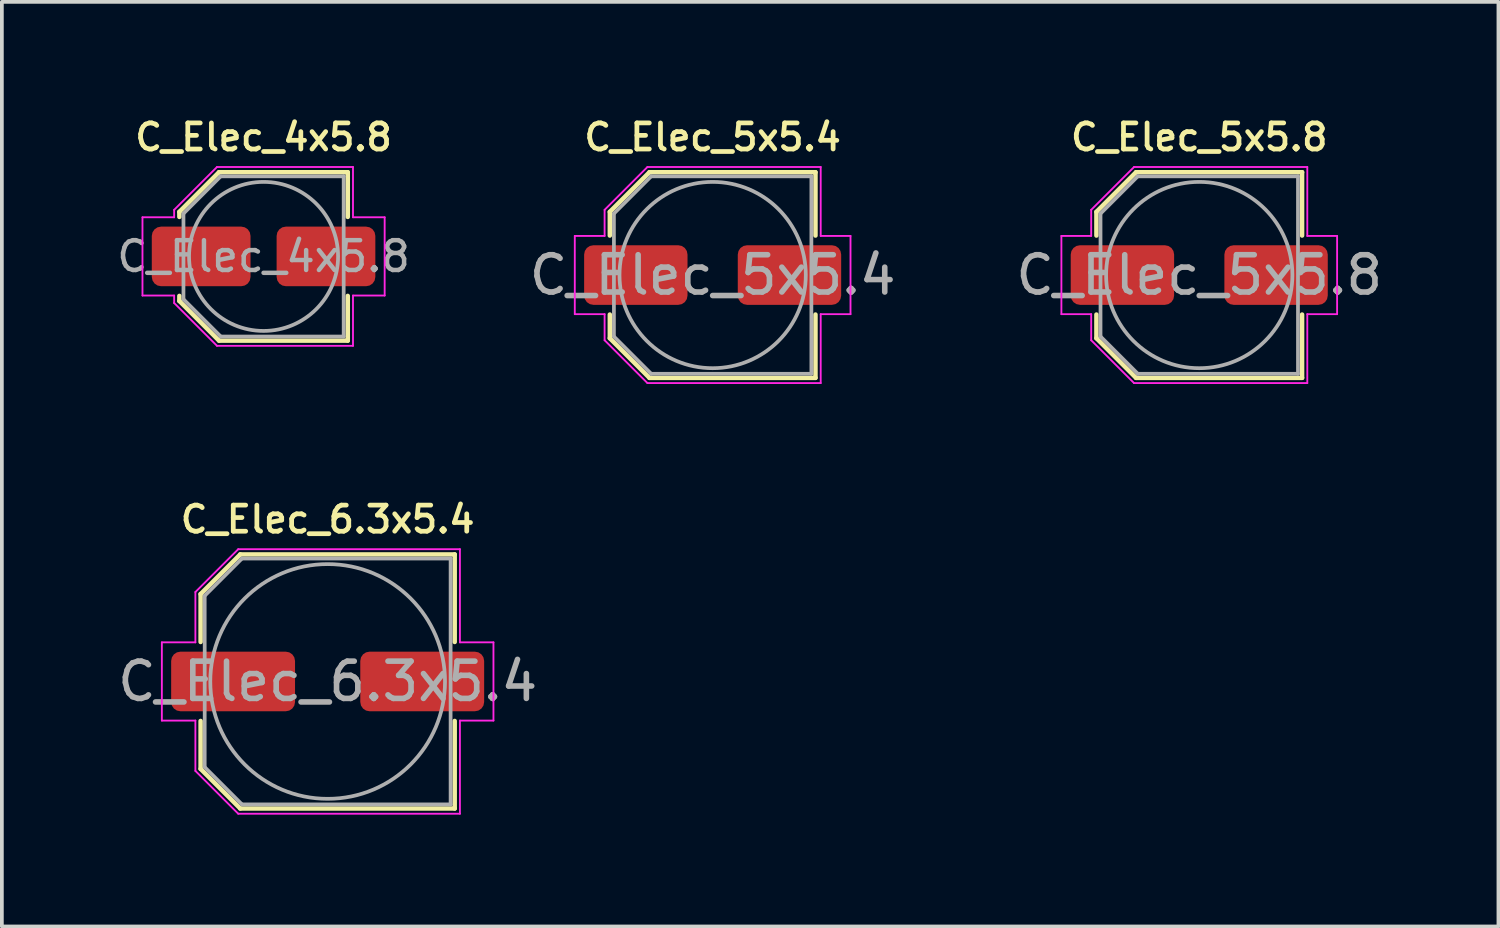
<source format=kicad_pcb>
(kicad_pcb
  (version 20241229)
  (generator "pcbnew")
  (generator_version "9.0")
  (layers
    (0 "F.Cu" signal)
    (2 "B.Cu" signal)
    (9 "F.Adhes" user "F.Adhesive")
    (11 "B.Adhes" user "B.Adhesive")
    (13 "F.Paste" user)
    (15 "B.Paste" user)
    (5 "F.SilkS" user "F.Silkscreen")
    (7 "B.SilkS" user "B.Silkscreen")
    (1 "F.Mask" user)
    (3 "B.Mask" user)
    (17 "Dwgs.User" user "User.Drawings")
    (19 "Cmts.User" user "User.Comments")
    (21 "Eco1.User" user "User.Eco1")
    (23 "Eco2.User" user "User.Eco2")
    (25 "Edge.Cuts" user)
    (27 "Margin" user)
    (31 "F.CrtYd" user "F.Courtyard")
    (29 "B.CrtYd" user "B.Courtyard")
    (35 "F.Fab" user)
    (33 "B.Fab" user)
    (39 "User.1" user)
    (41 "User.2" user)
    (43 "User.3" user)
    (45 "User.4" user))
  (footprint "C_Elec_5x5.8"
    (layer "F.Cu")
    (at 29.137 4.332)
    (property "Reference" "C_Elec_5x5.8" (at 0 -3.7 0) (layer "F.SilkS") (effects (font (size 0.7 0.7) (thickness 0.127))))
    (attr smd)
    (fp_line (start -2.76 -1.696) (end -2.76 -1.06) (stroke (width 0.12) (type solid)) (layer "F.SilkS"))
    (fp_line (start -2.76 -1.696) (end -1.696 -2.76) (stroke (width 0.12) (type solid)) (layer "F.SilkS"))
    (fp_line (start -2.76 1.696) (end -2.76 1.06) (stroke (width 0.12) (type solid)) (layer "F.SilkS"))
    (fp_line (start -2.76 1.696) (end -1.696 2.76) (stroke (width 0.12) (type solid)) (layer "F.SilkS"))
    (fp_line (start -1.696 -2.76) (end 2.76 -2.76) (stroke (width 0.12) (type solid)) (layer "F.SilkS"))
    (fp_line (start -1.696 2.76) (end 2.76 2.76) (stroke (width 0.12) (type solid)) (layer "F.SilkS"))
    (fp_line (start 2.76 -2.76) (end 2.76 -1.06) (stroke (width 0.12) (type solid)) (layer "F.SilkS"))
    (fp_line (start 2.76 2.76) (end 2.76 1.06) (stroke (width 0.12) (type solid)) (layer "F.SilkS"))
    (fp_line (start -3.7 -1.05) (end -3.7 1.05) (stroke (width 0.05) (type solid)) (layer "F.CrtYd"))
    (fp_line (start -3.7 1.05) (end -2.9 1.05) (stroke (width 0.05) (type solid)) (layer "F.CrtYd"))
    (fp_line (start -2.9 -1.75) (end -2.9 -1.05) (stroke (width 0.05) (type solid)) (layer "F.CrtYd"))
    (fp_line (start -2.9 -1.75) (end -1.75 -2.9) (stroke (width 0.05) (type solid)) (layer "F.CrtYd"))
    (fp_line (start -2.9 -1.05) (end -3.7 -1.05) (stroke (width 0.05) (type solid)) (layer "F.CrtYd"))
    (fp_line (start -2.9 1.05) (end -2.9 1.75) (stroke (width 0.05) (type solid)) (layer "F.CrtYd"))
    (fp_line (start -2.9 1.75) (end -1.75 2.9) (stroke (width 0.05) (type solid)) (layer "F.CrtYd"))
    (fp_line (start -1.75 -2.9) (end 2.9 -2.9) (stroke (width 0.05) (type solid)) (layer "F.CrtYd"))
    (fp_line (start -1.75 2.9) (end 2.9 2.9) (stroke (width 0.05) (type solid)) (layer "F.CrtYd"))
    (fp_line (start 2.9 -2.9) (end 2.9 -1.05) (stroke (width 0.05) (type solid)) (layer "F.CrtYd"))
    (fp_line (start 2.9 -1.05) (end 3.7 -1.05) (stroke (width 0.05) (type solid)) (layer "F.CrtYd"))
    (fp_line (start 2.9 1.05) (end 2.9 2.9) (stroke (width 0.05) (type solid)) (layer "F.CrtYd"))
    (fp_line (start 3.7 -1.05) (end 3.7 1.05) (stroke (width 0.05) (type solid)) (layer "F.CrtYd"))
    (fp_line (start 3.7 1.05) (end 2.9 1.05) (stroke (width 0.05) (type solid)) (layer "F.CrtYd"))
    (fp_line (start -2.65 -1.65) (end -2.65 1.65) (stroke (width 0.1) (type solid)) (layer "F.Fab"))
    (fp_line (start -2.65 -1.65) (end -1.65 -2.65) (stroke (width 0.1) (type solid)) (layer "F.Fab"))
    (fp_line (start -2.65 1.65) (end -1.65 2.65) (stroke (width 0.1) (type solid)) (layer "F.Fab"))
    (fp_line (start -1.65 -2.65) (end 2.65 -2.65) (stroke (width 0.1) (type solid)) (layer "F.Fab"))
    (fp_line (start -1.65 2.65) (end 2.65 2.65) (stroke (width 0.1) (type solid)) (layer "F.Fab"))
    (fp_line (start 2.65 -2.65) (end 2.65 2.65) (stroke (width 0.1) (type solid)) (layer "F.Fab"))
    (fp_circle (center 0 0) (end 2.5 0) (stroke (width 0.1) (type solid)) (fill no) (layer "F.Fab"))
    (fp_text user "${REFERENCE}" (at 0 0 0) (layer "F.Fab") (effects (font (size 1 1) (thickness 0.15))))
    (pad "1" smd roundrect (at -2.062 0) (size 2.775 1.6) (layers "F.Cu" "F.Mask" "F.Paste") (roundrect_rratio 0.156))
    (pad "2" smd roundrect (at 2.062 0) (size 2.775 1.6) (layers "F.Cu" "F.Mask" "F.Paste") (roundrect_rratio 0.156)))
  (footprint "C_Elec_5x5.4"
    (layer "F.Cu")
    (at 16.077 4.332)
    (property "Reference" "C_Elec_5x5.4" (at 0 -3.7 0) (layer "F.SilkS") (effects (font (size 0.7 0.7) (thickness 0.127))))
    (attr smd)
    (fp_line (start -2.76 -1.696) (end -2.76 -1.06) (stroke (width 0.12) (type solid)) (layer "F.SilkS"))
    (fp_line (start -2.76 -1.696) (end -1.696 -2.76) (stroke (width 0.12) (type solid)) (layer "F.SilkS"))
    (fp_line (start -2.76 1.696) (end -2.76 1.06) (stroke (width 0.12) (type solid)) (layer "F.SilkS"))
    (fp_line (start -2.76 1.696) (end -1.696 2.76) (stroke (width 0.12) (type solid)) (layer "F.SilkS"))
    (fp_line (start -1.696 -2.76) (end 2.76 -2.76) (stroke (width 0.12) (type solid)) (layer "F.SilkS"))
    (fp_line (start -1.696 2.76) (end 2.76 2.76) (stroke (width 0.12) (type solid)) (layer "F.SilkS"))
    (fp_line (start 2.76 -2.76) (end 2.76 -1.06) (stroke (width 0.12) (type solid)) (layer "F.SilkS"))
    (fp_line (start 2.76 2.76) (end 2.76 1.06) (stroke (width 0.12) (type solid)) (layer "F.SilkS"))
    (fp_line (start -3.7 -1.05) (end -3.7 1.05) (stroke (width 0.05) (type solid)) (layer "F.CrtYd"))
    (fp_line (start -3.7 1.05) (end -2.9 1.05) (stroke (width 0.05) (type solid)) (layer "F.CrtYd"))
    (fp_line (start -2.9 -1.75) (end -2.9 -1.05) (stroke (width 0.05) (type solid)) (layer "F.CrtYd"))
    (fp_line (start -2.9 -1.75) (end -1.75 -2.9) (stroke (width 0.05) (type solid)) (layer "F.CrtYd"))
    (fp_line (start -2.9 -1.05) (end -3.7 -1.05) (stroke (width 0.05) (type solid)) (layer "F.CrtYd"))
    (fp_line (start -2.9 1.05) (end -2.9 1.75) (stroke (width 0.05) (type solid)) (layer "F.CrtYd"))
    (fp_line (start -2.9 1.75) (end -1.75 2.9) (stroke (width 0.05) (type solid)) (layer "F.CrtYd"))
    (fp_line (start -1.75 -2.9) (end 2.9 -2.9) (stroke (width 0.05) (type solid)) (layer "F.CrtYd"))
    (fp_line (start -1.75 2.9) (end 2.9 2.9) (stroke (width 0.05) (type solid)) (layer "F.CrtYd"))
    (fp_line (start 2.9 -2.9) (end 2.9 -1.05) (stroke (width 0.05) (type solid)) (layer "F.CrtYd"))
    (fp_line (start 2.9 -1.05) (end 3.7 -1.05) (stroke (width 0.05) (type solid)) (layer "F.CrtYd"))
    (fp_line (start 2.9 1.05) (end 2.9 2.9) (stroke (width 0.05) (type solid)) (layer "F.CrtYd"))
    (fp_line (start 3.7 -1.05) (end 3.7 1.05) (stroke (width 0.05) (type solid)) (layer "F.CrtYd"))
    (fp_line (start 3.7 1.05) (end 2.9 1.05) (stroke (width 0.05) (type solid)) (layer "F.CrtYd"))
    (fp_line (start -2.65 -1.65) (end -2.65 1.65) (stroke (width 0.1) (type solid)) (layer "F.Fab"))
    (fp_line (start -2.65 -1.65) (end -1.65 -2.65) (stroke (width 0.1) (type solid)) (layer "F.Fab"))
    (fp_line (start -2.65 1.65) (end -1.65 2.65) (stroke (width 0.1) (type solid)) (layer "F.Fab"))
    (fp_line (start -1.65 -2.65) (end 2.65 -2.65) (stroke (width 0.1) (type solid)) (layer "F.Fab"))
    (fp_line (start -1.65 2.65) (end 2.65 2.65) (stroke (width 0.1) (type solid)) (layer "F.Fab"))
    (fp_line (start 2.65 -2.65) (end 2.65 2.65) (stroke (width 0.1) (type solid)) (layer "F.Fab"))
    (fp_circle (center 0 0) (end 2.5 0) (stroke (width 0.1) (type solid)) (fill no) (layer "F.Fab"))
    (fp_text user "${REFERENCE}" (at 0 0 0) (layer "F.Fab") (effects (font (size 1 1) (thickness 0.15))))
    (pad "1" smd roundrect (at -2.062 0) (size 2.775 1.6) (layers "F.Cu" "F.Mask" "F.Paste") (roundrect_rratio 0.156))
    (pad "2" smd roundrect (at 2.062 0) (size 2.775 1.6) (layers "F.Cu" "F.Mask" "F.Paste") (roundrect_rratio 0.156)))
  (footprint "C_Elec_4x5.8"
    (layer "F.Cu")
    (at 4.024 3.832)
    (property "Reference" "C_Elec_4x5.8" (at 0 -3.2 0) (layer "F.SilkS") (effects (font (size 0.7 0.7) (thickness 0.127))))
    (attr smd)
    (fp_line (start -2.26 -1.196) (end -2.26 -1.06) (stroke (width 0.12) (type solid)) (layer "F.SilkS"))
    (fp_line (start -2.26 -1.196) (end -1.196 -2.26) (stroke (width 0.12) (type solid)) (layer "F.SilkS"))
    (fp_line (start -2.26 1.196) (end -2.26 1.06) (stroke (width 0.12) (type solid)) (layer "F.SilkS"))
    (fp_line (start -2.26 1.196) (end -1.196 2.26) (stroke (width 0.12) (type solid)) (layer "F.SilkS"))
    (fp_line (start -1.196 -2.26) (end 2.26 -2.26) (stroke (width 0.12) (type solid)) (layer "F.SilkS"))
    (fp_line (start -1.196 2.26) (end 2.26 2.26) (stroke (width 0.12) (type solid)) (layer "F.SilkS"))
    (fp_line (start 2.26 -2.26) (end 2.26 -1.06) (stroke (width 0.12) (type solid)) (layer "F.SilkS"))
    (fp_line (start 2.26 2.26) (end 2.26 1.06) (stroke (width 0.12) (type solid)) (layer "F.SilkS"))
    (fp_line (start -3.25 -1.05) (end -3.25 1.05) (stroke (width 0.05) (type solid)) (layer "F.CrtYd"))
    (fp_line (start -3.25 1.05) (end -2.4 1.05) (stroke (width 0.05) (type solid)) (layer "F.CrtYd"))
    (fp_line (start -2.4 -1.25) (end -2.4 -1.05) (stroke (width 0.05) (type solid)) (layer "F.CrtYd"))
    (fp_line (start -2.4 -1.25) (end -1.25 -2.4) (stroke (width 0.05) (type solid)) (layer "F.CrtYd"))
    (fp_line (start -2.4 -1.05) (end -3.25 -1.05) (stroke (width 0.05) (type solid)) (layer "F.CrtYd"))
    (fp_line (start -2.4 1.05) (end -2.4 1.25) (stroke (width 0.05) (type solid)) (layer "F.CrtYd"))
    (fp_line (start -2.4 1.25) (end -1.25 2.4) (stroke (width 0.05) (type solid)) (layer "F.CrtYd"))
    (fp_line (start -1.25 -2.4) (end 2.4 -2.4) (stroke (width 0.05) (type solid)) (layer "F.CrtYd"))
    (fp_line (start -1.25 2.4) (end 2.4 2.4) (stroke (width 0.05) (type solid)) (layer "F.CrtYd"))
    (fp_line (start 2.4 -2.4) (end 2.4 -1.05) (stroke (width 0.05) (type solid)) (layer "F.CrtYd"))
    (fp_line (start 2.4 -1.05) (end 3.25 -1.05) (stroke (width 0.05) (type solid)) (layer "F.CrtYd"))
    (fp_line (start 2.4 1.05) (end 2.4 2.4) (stroke (width 0.05) (type solid)) (layer "F.CrtYd"))
    (fp_line (start 3.25 -1.05) (end 3.25 1.05) (stroke (width 0.05) (type solid)) (layer "F.CrtYd"))
    (fp_line (start 3.25 1.05) (end 2.4 1.05) (stroke (width 0.05) (type solid)) (layer "F.CrtYd"))
    (fp_line (start -2.15 -1.15) (end -2.15 1.15) (stroke (width 0.1) (type solid)) (layer "F.Fab"))
    (fp_line (start -2.15 -1.15) (end -1.15 -2.15) (stroke (width 0.1) (type solid)) (layer "F.Fab"))
    (fp_line (start -2.15 1.15) (end -1.15 2.15) (stroke (width 0.1) (type solid)) (layer "F.Fab"))
    (fp_line (start -1.15 -2.15) (end 2.15 -2.15) (stroke (width 0.1) (type solid)) (layer "F.Fab"))
    (fp_line (start -1.15 2.15) (end 2.15 2.15) (stroke (width 0.1) (type solid)) (layer "F.Fab"))
    (fp_line (start 2.15 -2.15) (end 2.15 2.15) (stroke (width 0.1) (type solid)) (layer "F.Fab"))
    (fp_circle (center 0 0) (end 2 0) (stroke (width 0.1) (type solid)) (fill no) (layer "F.Fab"))
    (fp_text user "${REFERENCE}" (at 0 0 0) (layer "F.Fab") (effects (font (size 0.8 0.8) (thickness 0.12))))
    (pad "1" smd roundrect (at -1.675 0) (size 2.65 1.6) (layers "F.Cu" "F.Mask" "F.Paste") (roundrect_rratio 0.156))
    (pad "2" smd roundrect (at 1.675 0) (size 2.65 1.6) (layers "F.Cu" "F.Mask" "F.Paste") (roundrect_rratio 0.156)))
  (footprint "C_Elec_6.3x5.4"
    (layer "F.Cu")
    (at 5.744 15.24)
    (property "Reference" "C_Elec_6.3x5.4" (at 0 -4.35 0) (layer "F.SilkS") (effects (font (size 0.7 0.7) (thickness 0.127))))
    (attr smd)
    (fp_line (start -3.41 -2.346) (end -3.41 -1.06) (stroke (width 0.12) (type solid)) (layer "F.SilkS"))
    (fp_line (start -3.41 -2.346) (end -2.346 -3.41) (stroke (width 0.12) (type solid)) (layer "F.SilkS"))
    (fp_line (start -3.41 2.346) (end -3.41 1.06) (stroke (width 0.12) (type solid)) (layer "F.SilkS"))
    (fp_line (start -3.41 2.346) (end -2.346 3.41) (stroke (width 0.12) (type solid)) (layer "F.SilkS"))
    (fp_line (start -2.346 -3.41) (end 3.41 -3.41) (stroke (width 0.12) (type solid)) (layer "F.SilkS"))
    (fp_line (start -2.346 3.41) (end 3.41 3.41) (stroke (width 0.12) (type solid)) (layer "F.SilkS"))
    (fp_line (start 3.41 -3.41) (end 3.41 -1.06) (stroke (width 0.12) (type solid)) (layer "F.SilkS"))
    (fp_line (start 3.41 3.41) (end 3.41 1.06) (stroke (width 0.12) (type solid)) (layer "F.SilkS"))
    (fp_line (start -4.45 -1.05) (end -4.45 1.05) (stroke (width 0.05) (type solid)) (layer "F.CrtYd"))
    (fp_line (start -4.45 1.05) (end -3.55 1.05) (stroke (width 0.05) (type solid)) (layer "F.CrtYd"))
    (fp_line (start -3.55 -2.4) (end -3.55 -1.05) (stroke (width 0.05) (type solid)) (layer "F.CrtYd"))
    (fp_line (start -3.55 -2.4) (end -2.4 -3.55) (stroke (width 0.05) (type solid)) (layer "F.CrtYd"))
    (fp_line (start -3.55 -1.05) (end -4.45 -1.05) (stroke (width 0.05) (type solid)) (layer "F.CrtYd"))
    (fp_line (start -3.55 1.05) (end -3.55 2.4) (stroke (width 0.05) (type solid)) (layer "F.CrtYd"))
    (fp_line (start -3.55 2.4) (end -2.4 3.55) (stroke (width 0.05) (type solid)) (layer "F.CrtYd"))
    (fp_line (start -2.4 -3.55) (end 3.55 -3.55) (stroke (width 0.05) (type solid)) (layer "F.CrtYd"))
    (fp_line (start -2.4 3.55) (end 3.55 3.55) (stroke (width 0.05) (type solid)) (layer "F.CrtYd"))
    (fp_line (start 3.55 -3.55) (end 3.55 -1.05) (stroke (width 0.05) (type solid)) (layer "F.CrtYd"))
    (fp_line (start 3.55 -1.05) (end 4.45 -1.05) (stroke (width 0.05) (type solid)) (layer "F.CrtYd"))
    (fp_line (start 3.55 1.05) (end 3.55 3.55) (stroke (width 0.05) (type solid)) (layer "F.CrtYd"))
    (fp_line (start 4.45 -1.05) (end 4.45 1.05) (stroke (width 0.05) (type solid)) (layer "F.CrtYd"))
    (fp_line (start 4.45 1.05) (end 3.55 1.05) (stroke (width 0.05) (type solid)) (layer "F.CrtYd"))
    (fp_line (start -3.3 -2.3) (end -3.3 2.3) (stroke (width 0.1) (type solid)) (layer "F.Fab"))
    (fp_line (start -3.3 -2.3) (end -2.3 -3.3) (stroke (width 0.1) (type solid)) (layer "F.Fab"))
    (fp_line (start -3.3 2.3) (end -2.3 3.3) (stroke (width 0.1) (type solid)) (layer "F.Fab"))
    (fp_line (start -2.3 -3.3) (end 3.3 -3.3) (stroke (width 0.1) (type solid)) (layer "F.Fab"))
    (fp_line (start -2.3 3.3) (end 3.3 3.3) (stroke (width 0.1) (type solid)) (layer "F.Fab"))
    (fp_line (start 3.3 -3.3) (end 3.3 3.3) (stroke (width 0.1) (type solid)) (layer "F.Fab"))
    (fp_circle (center 0 0) (end 3.15 0) (stroke (width 0.1) (type solid)) (fill no) (layer "F.Fab"))
    (fp_text user "${REFERENCE}" (at 0 0 0) (layer "F.Fab") (effects (font (size 1 1) (thickness 0.15))))
    (pad "1" smd roundrect (at -2.538 0) (size 3.325 1.6) (layers "F.Cu" "F.Mask" "F.Paste") (roundrect_rratio 0.156))
    (pad "2" smd roundrect (at 2.538 0) (size 3.325 1.6) (layers "F.Cu" "F.Mask" "F.Paste") (roundrect_rratio 0.156)))
  (gr_rect
    (start -3 -3)
    (end 37.167 21.815)
    (stroke (width 0.1) (type default))
    (fill no)
    (layer "Edge.Cuts")))
</source>
